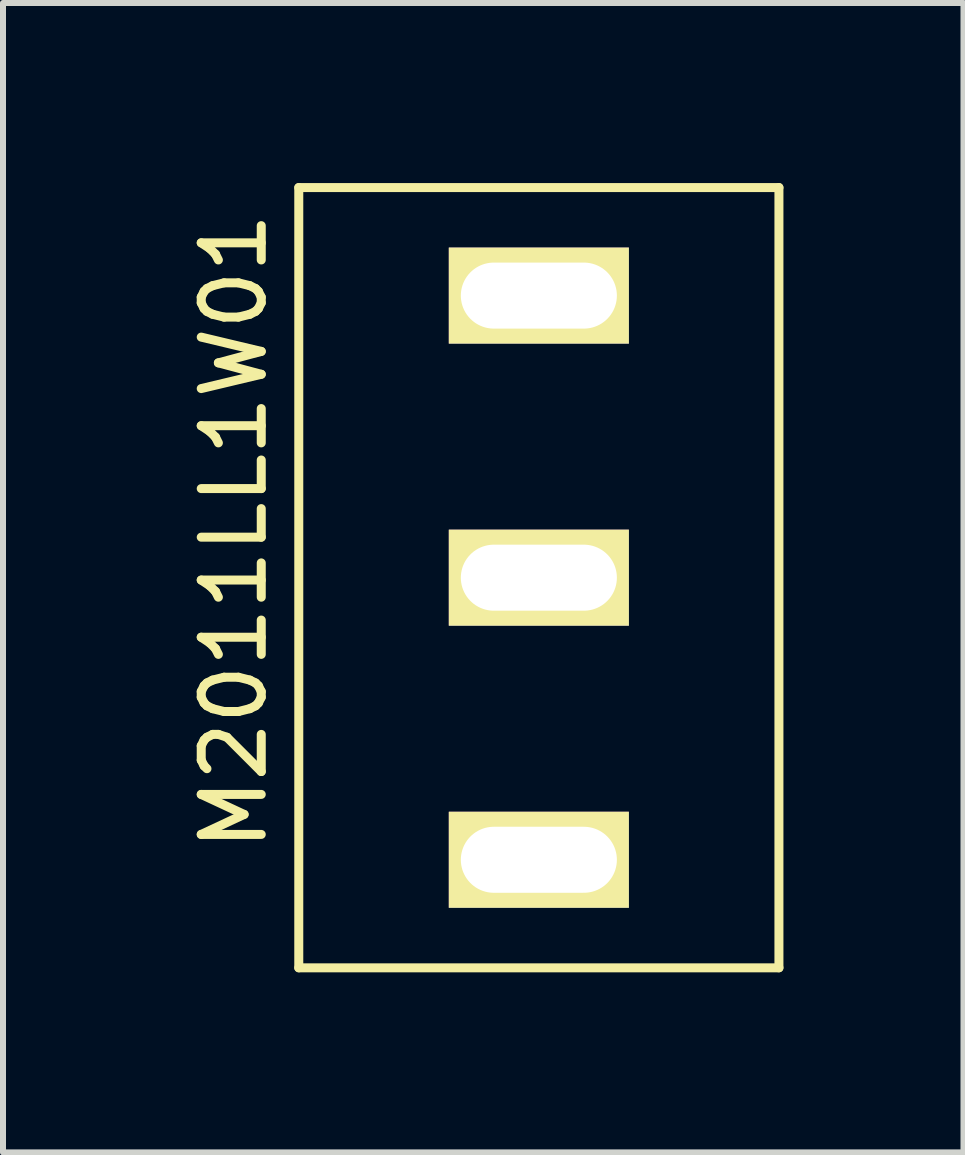
<source format=kicad_pcb>
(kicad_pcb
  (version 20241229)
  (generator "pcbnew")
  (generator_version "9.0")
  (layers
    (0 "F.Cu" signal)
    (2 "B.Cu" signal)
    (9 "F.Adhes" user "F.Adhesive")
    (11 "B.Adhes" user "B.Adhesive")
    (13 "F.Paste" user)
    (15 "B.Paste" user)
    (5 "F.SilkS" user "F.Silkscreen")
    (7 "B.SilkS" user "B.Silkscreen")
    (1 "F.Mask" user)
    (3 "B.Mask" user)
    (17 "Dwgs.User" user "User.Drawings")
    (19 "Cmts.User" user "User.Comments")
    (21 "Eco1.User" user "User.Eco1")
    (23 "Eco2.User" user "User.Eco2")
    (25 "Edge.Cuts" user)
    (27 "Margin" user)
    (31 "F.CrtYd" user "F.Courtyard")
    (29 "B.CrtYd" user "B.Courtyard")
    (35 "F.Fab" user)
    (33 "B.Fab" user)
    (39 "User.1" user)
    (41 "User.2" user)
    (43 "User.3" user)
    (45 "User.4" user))
  (footprint "M2011LL1W01"
    (layer "F.Cu")
    (at 5.928 6.575)
    (property "Reference" "M2011LL1W01" (at -5.08 -0.77 90) (layer "F.SilkS") (effects (font (size 1 1) (thickness 0.15))))
    (attr through_hole)
    (fp_line (start -4 -6.5) (end -4 6.5) (stroke (width 0.15) (type solid)) (layer "F.SilkS"))
    (fp_line (start -4 -6.5) (end 4 -6.5) (stroke (width 0.15) (type solid)) (layer "F.SilkS"))
    (fp_line (start -4 6.5) (end 4 6.5) (stroke (width 0.15) (type solid)) (layer "F.SilkS"))
    (fp_line (start 4 -6.5) (end 4 6.5) (stroke (width 0.15) (type solid)) (layer "F.SilkS"))
    (pad "1" thru_hole rect (at 0 4.7) (size 3 1.6) (drill oval 2.6 1.1) (layers "*.Cu" "*.Mask" "F.SilkS"))
    (pad "2" thru_hole rect (at 0 0) (size 3 1.6) (drill oval 2.6 1.1) (layers "*.Cu" "*.Mask" "F.SilkS"))
    (pad "3" thru_hole rect (at 0 -4.7) (size 3 1.6) (drill oval 2.6 1.1) (layers "*.Cu" "*.Mask" "F.SilkS")))
  (gr_rect
    (start -3 -3)
    (end 13.003 16.15)
    (stroke (width 0.1) (type default))
    (fill no)
    (layer "Edge.Cuts")))
</source>
